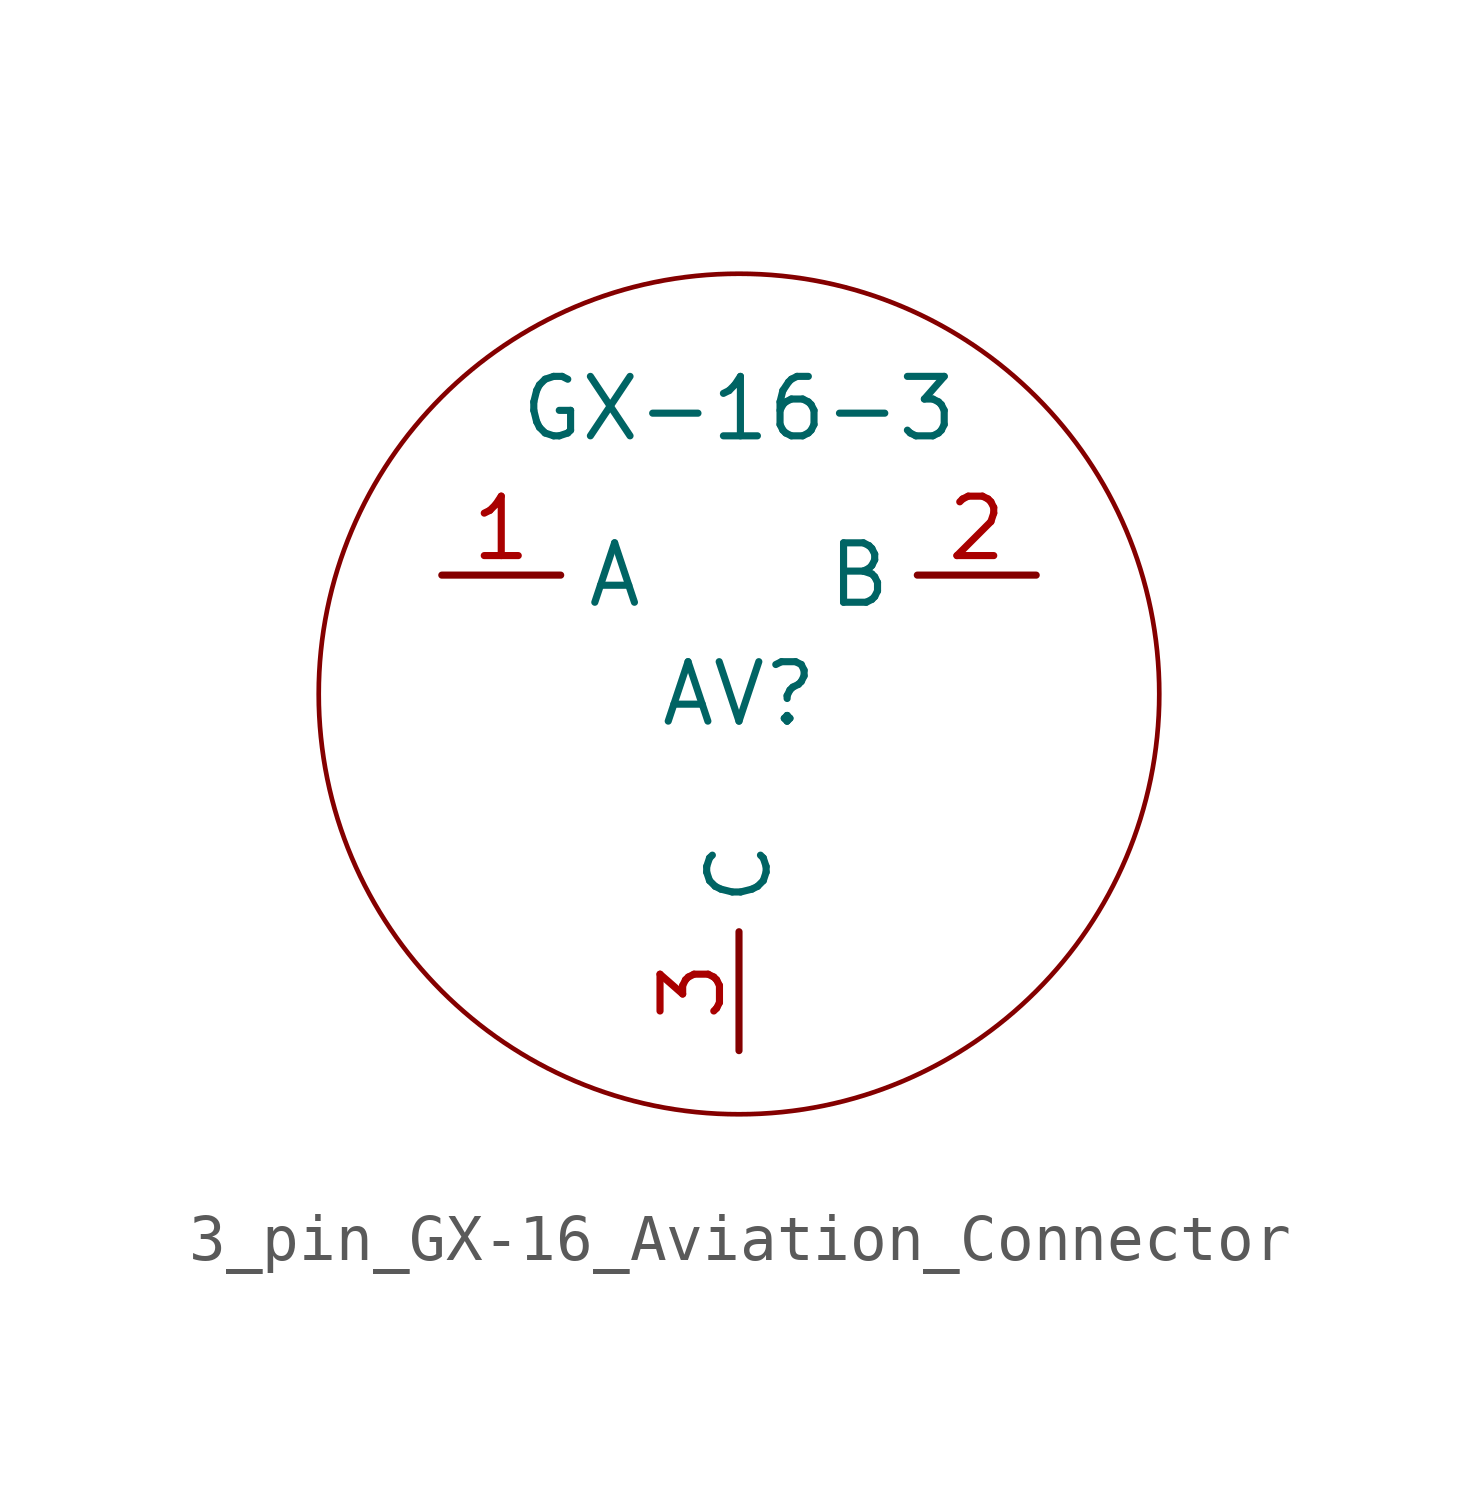
<source format=kicad_sym>
(kicad_symbol_lib
  (version 20231120)
  (generator "kicad_symbol_editor")
  (generator_version "8.0")
  (symbol "3_pin_GX-16_Aviation_Connector"
    (property "Reference" "AV"
      (at 0 0 0)
      (effects (font (size 1.27 1.27))))
    (property "Value" "GX-16-3"
      (at 0 6.096 0)
      (effects (font (size 1.27 1.27))))
    (symbol "3_pin_GX-16_Aviation_Connector_1_1"
      (circle (center 0 0) (radius 8.98) (stroke (width 0.1) (type default)) (fill (type none)))
      (pin bidirectional line (at -6.35 2.54 0) (length 2.54) (name "A" (effects (font (size 1.27 1.27)))) (number "1" (effects (font (size 1.27 1.27)))))
      (pin bidirectional line (at 6.35 2.54 180) (length 2.54) (name "B" (effects (font (size 1.27 1.27)))) (number "2" (effects (font (size 1.27 1.27)))))
      (pin bidirectional line (at 0 -7.62 90) (length 2.54) (name "C" (effects (font (size 1.27 1.27)))) (number "3" (effects (font (size 1.27 1.27))))))))
</source>
